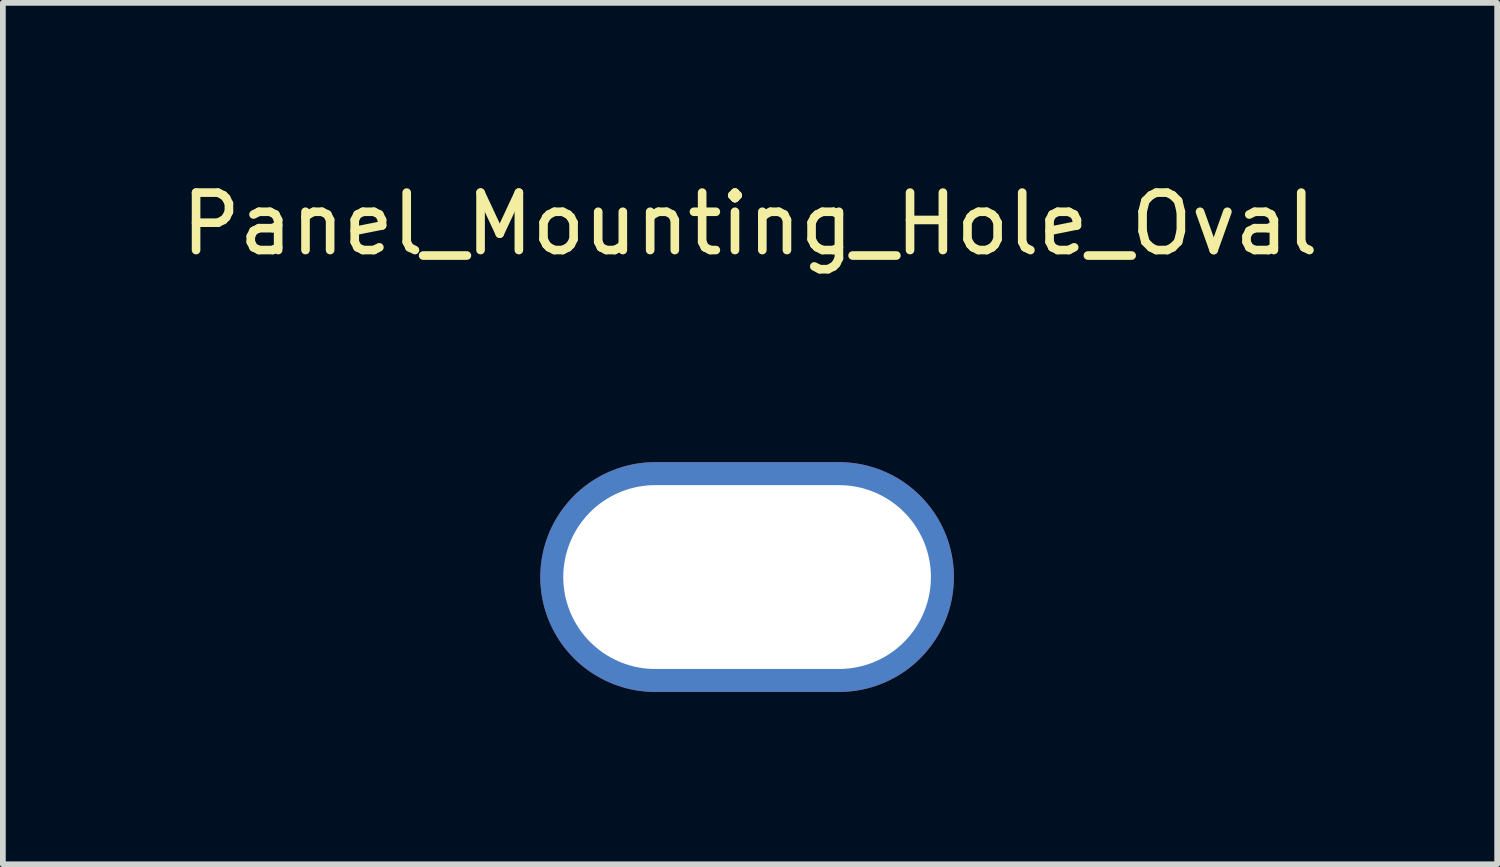
<source format=kicad_pcb>
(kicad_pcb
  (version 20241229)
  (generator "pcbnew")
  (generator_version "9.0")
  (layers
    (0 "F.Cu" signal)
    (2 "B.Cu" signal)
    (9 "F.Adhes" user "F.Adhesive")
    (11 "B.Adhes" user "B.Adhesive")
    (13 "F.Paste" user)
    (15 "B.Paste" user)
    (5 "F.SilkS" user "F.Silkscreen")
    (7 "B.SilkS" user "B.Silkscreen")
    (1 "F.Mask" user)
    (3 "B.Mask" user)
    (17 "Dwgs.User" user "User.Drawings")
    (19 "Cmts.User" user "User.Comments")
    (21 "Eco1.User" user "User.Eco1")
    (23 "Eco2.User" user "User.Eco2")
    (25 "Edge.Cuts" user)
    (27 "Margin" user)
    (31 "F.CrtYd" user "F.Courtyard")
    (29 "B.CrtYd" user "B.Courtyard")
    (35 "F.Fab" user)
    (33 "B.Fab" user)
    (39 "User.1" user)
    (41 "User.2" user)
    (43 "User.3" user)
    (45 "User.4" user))
  (footprint "Panel_Mounting_Hole_Oval"
    (layer "F.Cu")
    (at 9.955 6.995)
    (property "Reference" "Panel_Mounting_Hole_Oval" (at 0.051 -6.147 0) (unlocked yes) (layer "F.SilkS") (effects (font (size 1 1) (thickness 0.15))))
    (pad "" thru_hole oval (at 0 0) (size 7.2 4) (drill oval 6.4 3.2) (layers "*.Cu" "*.Mask")))
  (gr_rect
    (start -3 -3)
    (end 23.012 11.995)
    (stroke (width 0.1) (type default))
    (fill no)
    (layer "Edge.Cuts")))
</source>
